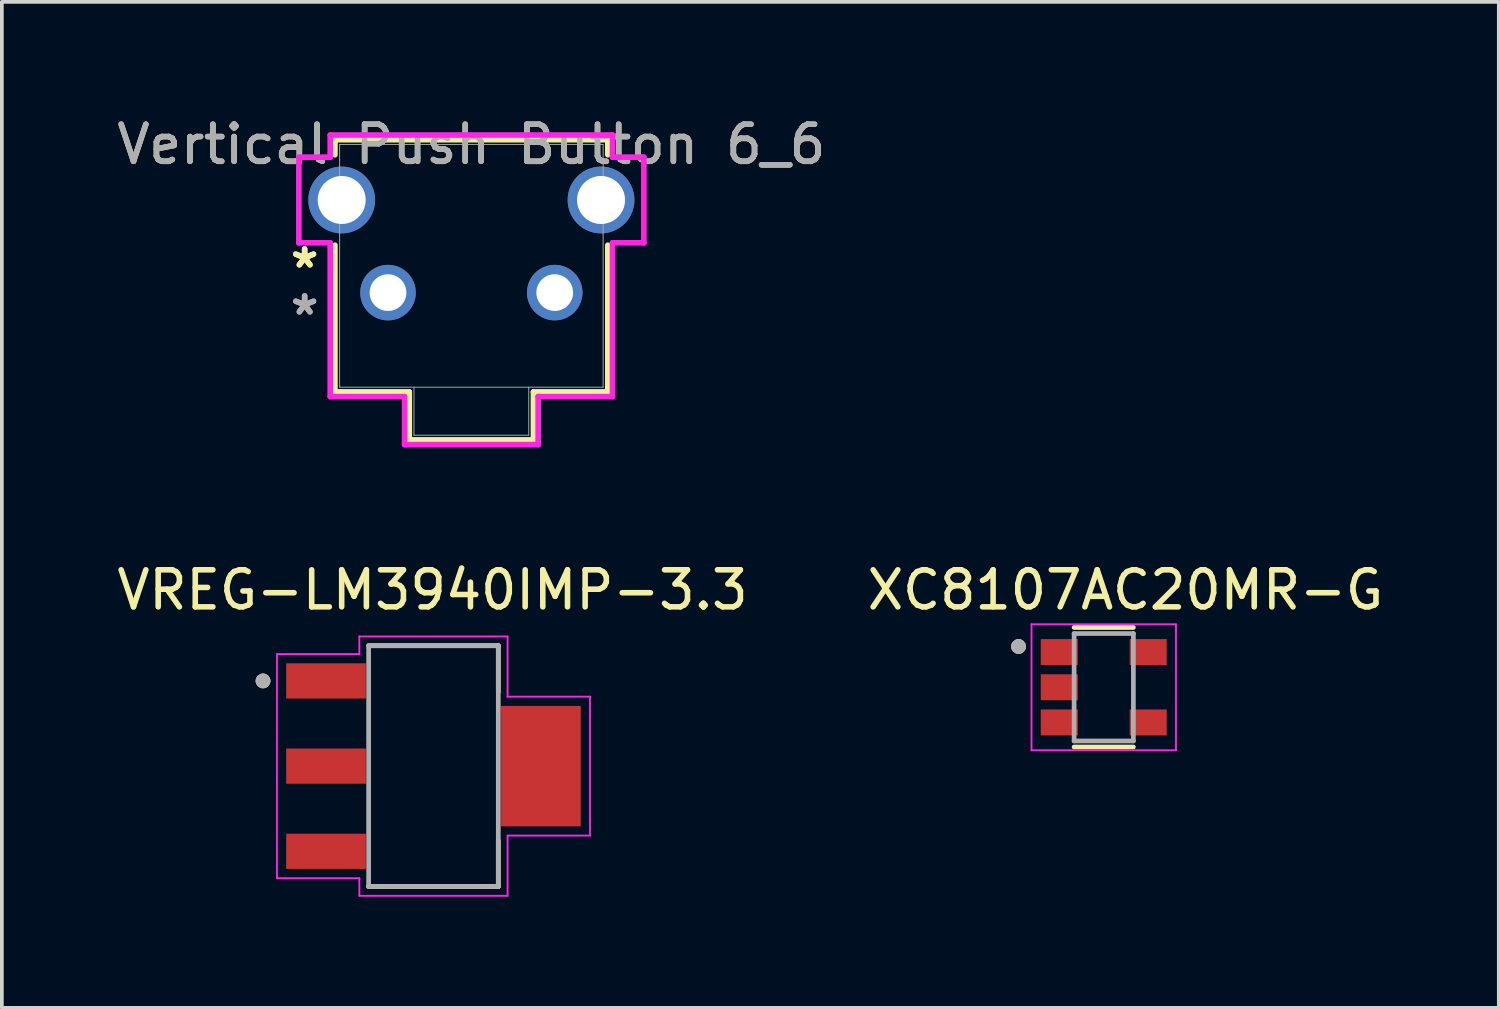
<source format=kicad_pcb>
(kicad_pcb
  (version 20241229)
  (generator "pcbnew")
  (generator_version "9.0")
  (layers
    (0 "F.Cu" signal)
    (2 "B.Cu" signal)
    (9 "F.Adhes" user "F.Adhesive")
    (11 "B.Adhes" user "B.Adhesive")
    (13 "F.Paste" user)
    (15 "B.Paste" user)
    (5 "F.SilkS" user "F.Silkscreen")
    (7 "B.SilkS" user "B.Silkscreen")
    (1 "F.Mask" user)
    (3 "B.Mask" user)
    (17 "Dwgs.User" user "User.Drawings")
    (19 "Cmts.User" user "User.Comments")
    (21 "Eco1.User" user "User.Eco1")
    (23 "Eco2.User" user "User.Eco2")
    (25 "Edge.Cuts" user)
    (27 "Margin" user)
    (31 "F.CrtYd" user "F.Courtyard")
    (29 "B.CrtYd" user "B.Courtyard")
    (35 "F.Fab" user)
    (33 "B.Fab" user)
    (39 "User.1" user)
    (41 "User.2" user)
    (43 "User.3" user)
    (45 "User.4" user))
  (footprint "Vertical Push Button 6_6"
    (layer "F.Cu")
    (at 7.423 4.848)
    (property "Reference" "Vertical Push Button 6_6" (at 2.25 -4 0) (unlocked yes) (layer "F.SilkS") (effects (font (size 1 1) (thickness 0.15))))
    (attr through_hole)
    (fp_line (start -1.433 -4.127) (end -1.433 -3.721) (stroke (width 0.152) (type solid)) (layer "F.SilkS"))
    (fp_line (start -1.433 -1.279) (end -1.433 2.68) (stroke (width 0.152) (type solid)) (layer "F.SilkS"))
    (fp_line (start -1.433 2.68) (end 0.574 2.68) (stroke (width 0.152) (type solid)) (layer "F.SilkS"))
    (fp_line (start 0.574 2.68) (end 0.574 3.976) (stroke (width 0.152) (type solid)) (layer "F.SilkS"))
    (fp_line (start 0.574 3.976) (end 3.926 3.976) (stroke (width 0.152) (type solid)) (layer "F.SilkS"))
    (fp_line (start 3.926 2.68) (end 5.933 2.68) (stroke (width 0.152) (type solid)) (layer "F.SilkS"))
    (fp_line (start 3.926 3.976) (end 3.926 2.68) (stroke (width 0.152) (type solid)) (layer "F.SilkS"))
    (fp_line (start 5.933 -4.127) (end -1.433 -4.127) (stroke (width 0.152) (type solid)) (layer "F.SilkS"))
    (fp_line (start 5.933 -3.721) (end 5.933 -4.127) (stroke (width 0.152) (type solid)) (layer "F.SilkS"))
    (fp_line (start 5.933 2.68) (end 5.933 -1.279) (stroke (width 0.152) (type solid)) (layer "F.SilkS"))
    (fp_line (start -2.406 -3.656) (end -2.406 -1.344) (stroke (width 0.152) (type solid)) (layer "F.CrtYd"))
    (fp_line (start -2.406 -1.344) (end -1.56 -1.344) (stroke (width 0.152) (type solid)) (layer "F.CrtYd"))
    (fp_line (start -1.56 -4.254) (end -1.56 -3.656) (stroke (width 0.152) (type solid)) (layer "F.CrtYd"))
    (fp_line (start -1.56 -3.656) (end -2.406 -3.656) (stroke (width 0.152) (type solid)) (layer "F.CrtYd"))
    (fp_line (start -1.56 -1.344) (end -1.56 2.807) (stroke (width 0.152) (type solid)) (layer "F.CrtYd"))
    (fp_line (start -1.56 2.807) (end 0.447 2.807) (stroke (width 0.152) (type solid)) (layer "F.CrtYd"))
    (fp_line (start 0.447 2.807) (end 0.447 4.103) (stroke (width 0.152) (type solid)) (layer "F.CrtYd"))
    (fp_line (start 0.447 4.103) (end 4.053 4.103) (stroke (width 0.152) (type solid)) (layer "F.CrtYd"))
    (fp_line (start 4.053 2.807) (end 6.06 2.807) (stroke (width 0.152) (type solid)) (layer "F.CrtYd"))
    (fp_line (start 4.053 4.103) (end 4.053 2.807) (stroke (width 0.152) (type solid)) (layer "F.CrtYd"))
    (fp_line (start 6.06 -4.254) (end -1.56 -4.254) (stroke (width 0.152) (type solid)) (layer "F.CrtYd"))
    (fp_line (start 6.06 -3.656) (end 6.06 -4.254) (stroke (width 0.152) (type solid)) (layer "F.CrtYd"))
    (fp_line (start 6.06 -1.344) (end 6.906 -1.344) (stroke (width 0.152) (type solid)) (layer "F.CrtYd"))
    (fp_line (start 6.06 2.807) (end 6.06 -1.344) (stroke (width 0.152) (type solid)) (layer "F.CrtYd"))
    (fp_line (start 6.906 -3.656) (end 6.06 -3.656) (stroke (width 0.152) (type solid)) (layer "F.CrtYd"))
    (fp_line (start 6.906 -1.344) (end 6.906 -3.656) (stroke (width 0.152) (type solid)) (layer "F.CrtYd"))
    (fp_line (start -1.306 -4) (end 5.806 -4) (stroke (width 0.025) (type solid)) (layer "F.Fab"))
    (fp_line (start -1.306 2.553) (end -1.306 -4) (stroke (width 0.025) (type solid)) (layer "F.Fab"))
    (fp_line (start 0.701 2.553) (end 0.701 3.849) (stroke (width 0.025) (type solid)) (layer "F.Fab"))
    (fp_line (start 0.701 3.849) (end 3.799 3.849) (stroke (width 0.025) (type solid)) (layer "F.Fab"))
    (fp_line (start 3.799 2.553) (end 3.799 3.849) (stroke (width 0.025) (type solid)) (layer "F.Fab"))
    (fp_line (start 5.806 -4) (end 5.806 2.553) (stroke (width 0.025) (type solid)) (layer "F.Fab"))
    (fp_line (start 5.806 2.553) (end -1.306 2.553) (stroke (width 0.025) (type solid)) (layer "F.Fab"))
    (fp_text user "*" (at -2.25 -0.635 0) (layer "F.SilkS") (effects (font (size 1 1) (thickness 0.15))))
    (fp_text user "*" (at -2.25 -0.635 0) (unlocked yes) (layer "F.SilkS") (effects (font (size 1 1) (thickness 0.15))))
    (fp_text user "${REFERENCE}" (at 2.25 -4 0) (unlocked yes) (layer "F.Fab") (effects (font (size 1 1) (thickness 0.15))))
    (fp_text user "*" (at -2.25 0.635 0) (layer "F.Fab") (effects (font (size 1 1) (thickness 0.15))))
    (fp_text user "*" (at -2.25 0.635 0) (unlocked yes) (layer "F.Fab") (effects (font (size 1 1) (thickness 0.15))))
    (pad "1" thru_hole circle (at 0 0) (size 1.499 1.499) (drill 0.991) (layers "*.Cu" "*.Mask"))
    (pad "2" thru_hole circle (at 4.5 0) (size 1.499 1.499) (drill 0.991) (layers "*.Cu" "*.Mask"))
    (pad "3" thru_hole circle (at -1.25 -2.5) (size 1.803 1.803) (drill 1.295) (layers "*.Cu" "*.Mask"))
    (pad "4" thru_hole circle (at 5.75 -2.5) (size 1.803 1.803) (drill 1.295) (layers "*.Cu" "*.Mask")))
  (footprint "XC8107AC20MR-G"
    (layer "F.Cu")
    (at 26.742 15.5)
    (property "Reference" "XC8107AC20MR-G" (at 0.585 -2.625 0) (layer "F.SilkS") (effects (font (size 1 1) (thickness 0.15))))
    (attr smd)
    (fp_line (start -0.8 -1.613) (end 0.8 -1.613) (stroke (width 0.127) (type solid)) (layer "F.SilkS"))
    (fp_line (start -0.8 1.613) (end 0.8 1.613) (stroke (width 0.127) (type solid)) (layer "F.SilkS"))
    (fp_circle (center -2.3 -1.1) (end -2.2 -1.1) (stroke (width 0.2) (type solid)) (fill no) (layer "F.SilkS"))
    (fp_line (start -1.95 -1.7) (end 1.95 -1.7) (stroke (width 0.05) (type solid)) (layer "F.CrtYd"))
    (fp_line (start -1.95 1.7) (end -1.95 -1.7) (stroke (width 0.05) (type solid)) (layer "F.CrtYd"))
    (fp_line (start 1.95 -1.7) (end 1.95 1.7) (stroke (width 0.05) (type solid)) (layer "F.CrtYd"))
    (fp_line (start 1.95 1.7) (end -1.95 1.7) (stroke (width 0.05) (type solid)) (layer "F.CrtYd"))
    (fp_line (start -0.8 -1.45) (end 0.8 -1.45) (stroke (width 0.127) (type solid)) (layer "F.Fab"))
    (fp_line (start -0.8 1.45) (end -0.8 -1.45) (stroke (width 0.127) (type solid)) (layer "F.Fab"))
    (fp_line (start 0.8 -1.45) (end 0.8 1.45) (stroke (width 0.127) (type solid)) (layer "F.Fab"))
    (fp_line (start 0.8 1.45) (end -0.8 1.45) (stroke (width 0.127) (type solid)) (layer "F.Fab"))
    (fp_circle (center -2.3 -1.1) (end -2.2 -1.1) (stroke (width 0.2) (type solid)) (fill no) (layer "F.Fab"))
    (pad "1" smd rect (at -1.2 -0.95) (size 1 0.7) (layers "F.Cu" "F.Mask" "F.Paste"))
    (pad "2" smd rect (at -1.2 0) (size 1 0.7) (layers "F.Cu" "F.Mask" "F.Paste"))
    (pad "3" smd rect (at -1.2 0.95) (size 1 0.7) (layers "F.Cu" "F.Mask" "F.Paste"))
    (pad "4" smd rect (at 1.2 0.95) (size 1 0.7) (layers "F.Cu" "F.Mask" "F.Paste"))
    (pad "5" smd rect (at 1.2 -0.95) (size 1 0.7) (layers "F.Cu" "F.Mask" "F.Paste")))
  (footprint "VREG-LM3940IMP-3.3"
    (layer "F.Cu")
    (at 8.65 17.629)
    (property "Reference" "VREG-LM3940IMP-3.3" (at -0.025 -4.754 0) (layer "F.SilkS") (effects (font (size 1 1) (thickness 0.15))))
    (attr smd)
    (fp_line (start -1.75 -3.25) (end 1.75 -3.25) (stroke (width 0.127) (type solid)) (layer "F.SilkS"))
    (fp_line (start -1.75 3.25) (end 1.75 3.25) (stroke (width 0.127) (type solid)) (layer "F.SilkS"))
    (fp_line (start 1.75 -3.25) (end 1.75 -2.01) (stroke (width 0.127) (type solid)) (layer "F.SilkS"))
    (fp_line (start 1.75 3.25) (end 1.75 2.01) (stroke (width 0.127) (type solid)) (layer "F.SilkS"))
    (fp_circle (center -4.6 -2.3) (end -4.5 -2.3) (stroke (width 0.2) (type solid)) (fill no) (layer "F.SilkS"))
    (fp_line (start -4.225 -3.025) (end -4.225 3.025) (stroke (width 0.05) (type solid)) (layer "F.CrtYd"))
    (fp_line (start -4.225 3.025) (end -2 3.025) (stroke (width 0.05) (type solid)) (layer "F.CrtYd"))
    (fp_line (start -2 -3.5) (end -2 -3.025) (stroke (width 0.05) (type solid)) (layer "F.CrtYd"))
    (fp_line (start -2 -3.025) (end -4.225 -3.025) (stroke (width 0.05) (type solid)) (layer "F.CrtYd"))
    (fp_line (start -2 3.025) (end -2 3.5) (stroke (width 0.05) (type solid)) (layer "F.CrtYd"))
    (fp_line (start -2 3.5) (end 2 3.5) (stroke (width 0.05) (type solid)) (layer "F.CrtYd"))
    (fp_line (start 2 -3.5) (end -2 -3.5) (stroke (width 0.05) (type solid)) (layer "F.CrtYd"))
    (fp_line (start 2 -1.875) (end 2 -3.5) (stroke (width 0.05) (type solid)) (layer "F.CrtYd"))
    (fp_line (start 2 1.875) (end 4.225 1.875) (stroke (width 0.05) (type solid)) (layer "F.CrtYd"))
    (fp_line (start 2 3.5) (end 2 1.875) (stroke (width 0.05) (type solid)) (layer "F.CrtYd"))
    (fp_line (start 4.225 -1.875) (end 2 -1.875) (stroke (width 0.05) (type solid)) (layer "F.CrtYd"))
    (fp_line (start 4.225 1.875) (end 4.225 -1.875) (stroke (width 0.05) (type solid)) (layer "F.CrtYd"))
    (fp_line (start -1.75 -3.25) (end -1.75 3.25) (stroke (width 0.127) (type solid)) (layer "F.Fab"))
    (fp_line (start 1.75 -3.25) (end -1.75 -3.25) (stroke (width 0.127) (type solid)) (layer "F.Fab"))
    (fp_line (start 1.75 -3.25) (end 1.75 3.25) (stroke (width 0.127) (type solid)) (layer "F.Fab"))
    (fp_line (start 1.75 3.25) (end -1.75 3.25) (stroke (width 0.127) (type solid)) (layer "F.Fab"))
    (fp_circle (center -4.6 -2.3) (end -4.5 -2.3) (stroke (width 0.2) (type solid)) (fill no) (layer "F.Fab"))
    (pad "1" smd rect (at -2.9 -2.3 270) (size 0.95 2.15) (layers "F.Cu" "F.Mask" "F.Paste"))
    (pad "2" smd rect (at -2.9 0 270) (size 0.95 2.15) (layers "F.Cu" "F.Mask" "F.Paste"))
    (pad "3" smd rect (at -2.9 2.3 270) (size 0.95 2.15) (layers "F.Cu" "F.Mask" "F.Paste"))
    (pad "4" smd rect (at 2.9 0 270) (size 3.25 2.15) (layers "F.Cu" "F.Mask" "F.Paste")))
  (gr_rect
    (start -3 -3)
    (end 37.405 24.154)
    (stroke (width 0.1) (type default))
    (fill no)
    (layer "Edge.Cuts")))
</source>
